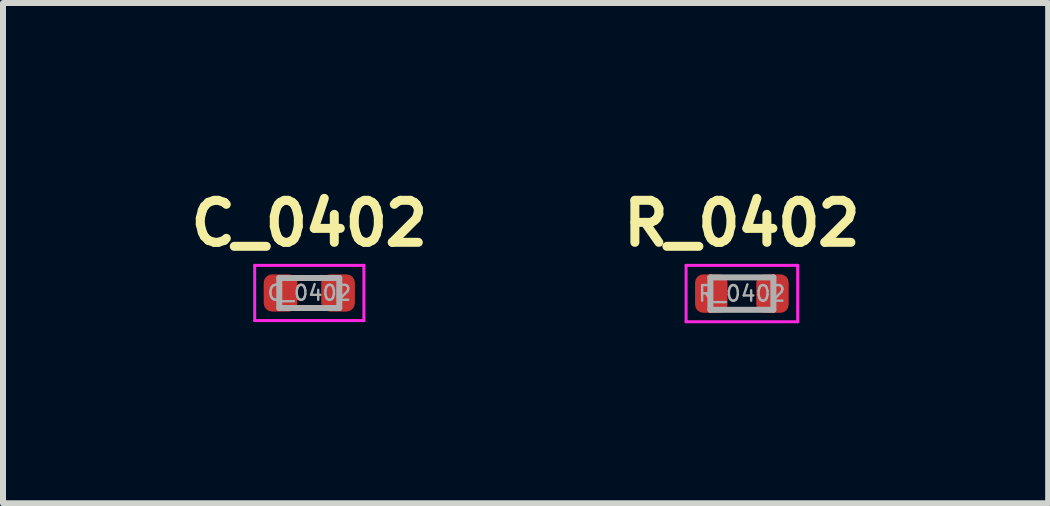
<source format=kicad_pcb>
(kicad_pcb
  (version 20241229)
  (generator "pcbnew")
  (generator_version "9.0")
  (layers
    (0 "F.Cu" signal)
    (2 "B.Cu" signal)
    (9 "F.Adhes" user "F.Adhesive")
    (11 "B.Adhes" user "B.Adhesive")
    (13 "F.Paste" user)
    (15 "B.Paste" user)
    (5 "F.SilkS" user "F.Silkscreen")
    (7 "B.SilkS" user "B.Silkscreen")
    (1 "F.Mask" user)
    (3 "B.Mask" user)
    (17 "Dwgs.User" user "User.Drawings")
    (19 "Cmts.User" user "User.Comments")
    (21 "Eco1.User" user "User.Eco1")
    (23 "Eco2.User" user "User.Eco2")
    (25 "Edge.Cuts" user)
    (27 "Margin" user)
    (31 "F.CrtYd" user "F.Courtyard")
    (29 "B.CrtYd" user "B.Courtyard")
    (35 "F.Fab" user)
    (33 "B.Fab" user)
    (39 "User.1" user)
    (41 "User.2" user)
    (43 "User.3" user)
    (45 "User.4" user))
  (footprint "R_0402"
    (layer "F.Cu")
    (at 9.315 1.843)
    (property "Reference" "R_0402" (at 0 -1.17 0) (layer "F.SilkS") (effects (font (size 0.7 0.7) (thickness 0.15))))
    (attr smd)
    (fp_line (start -0.93 -0.47) (end 0.93 -0.47) (stroke (width 0.05) (type solid)) (layer "F.CrtYd"))
    (fp_line (start -0.93 0.47) (end -0.93 -0.47) (stroke (width 0.05) (type solid)) (layer "F.CrtYd"))
    (fp_line (start 0.93 -0.47) (end 0.93 0.47) (stroke (width 0.05) (type solid)) (layer "F.CrtYd"))
    (fp_line (start 0.93 0.47) (end -0.93 0.47) (stroke (width 0.05) (type solid)) (layer "F.CrtYd"))
    (fp_line (start -0.525 -0.27) (end 0.525 -0.27) (stroke (width 0.1) (type solid)) (layer "F.Fab"))
    (fp_line (start -0.525 0.27) (end -0.525 -0.27) (stroke (width 0.1) (type solid)) (layer "F.Fab"))
    (fp_line (start 0.525 -0.27) (end 0.525 0.27) (stroke (width 0.1) (type solid)) (layer "F.Fab"))
    (fp_line (start 0.525 0.27) (end -0.525 0.27) (stroke (width 0.1) (type solid)) (layer "F.Fab"))
    (fp_text user "${REFERENCE}" (at 0 0 0) (layer "F.Fab") (effects (font (size 0.26 0.26) (thickness 0.04))))
    (pad "1" smd roundrect (at -0.51 0) (size 0.54 0.64) (layers "F.Cu" "F.Mask" "F.Paste") (roundrect_rratio 0.25))
    (pad "2" smd roundrect (at 0.51 0) (size 0.54 0.64) (layers "F.Cu" "F.Mask" "F.Paste") (roundrect_rratio 0.25)))
  (footprint "C_0402"
    (layer "F.Cu")
    (at 2.105 1.833)
    (property "Reference" "C_0402" (at 0 -1.16 0) (layer "F.SilkS") (effects (font (size 0.7 0.7) (thickness 0.15))))
    (attr smd)
    (fp_line (start -0.91 -0.46) (end 0.91 -0.46) (stroke (width 0.05) (type solid)) (layer "F.CrtYd"))
    (fp_line (start -0.91 0.46) (end -0.91 -0.46) (stroke (width 0.05) (type solid)) (layer "F.CrtYd"))
    (fp_line (start 0.91 -0.46) (end 0.91 0.46) (stroke (width 0.05) (type solid)) (layer "F.CrtYd"))
    (fp_line (start 0.91 0.46) (end -0.91 0.46) (stroke (width 0.05) (type solid)) (layer "F.CrtYd"))
    (fp_line (start -0.5 -0.25) (end 0.5 -0.25) (stroke (width 0.1) (type solid)) (layer "F.Fab"))
    (fp_line (start -0.5 0.25) (end -0.5 -0.25) (stroke (width 0.1) (type solid)) (layer "F.Fab"))
    (fp_line (start 0.5 -0.25) (end 0.5 0.25) (stroke (width 0.1) (type solid)) (layer "F.Fab"))
    (fp_line (start 0.5 0.25) (end -0.5 0.25) (stroke (width 0.1) (type solid)) (layer "F.Fab"))
    (fp_text user "${REFERENCE}" (at 0 0 0) (layer "F.Fab") (effects (font (size 0.25 0.25) (thickness 0.04))))
    (pad "1" smd roundrect (at -0.48 0) (size 0.56 0.62) (layers "F.Cu" "F.Mask" "F.Paste") (roundrect_rratio 0.25))
    (pad "2" smd roundrect (at 0.48 0) (size 0.56 0.62) (layers "F.Cu" "F.Mask" "F.Paste") (roundrect_rratio 0.25)))
  (gr_rect
    (start -3 -3)
    (end 14.42 5.338)
    (stroke (width 0.1) (type default))
    (fill no)
    (layer "Edge.Cuts")))
</source>
